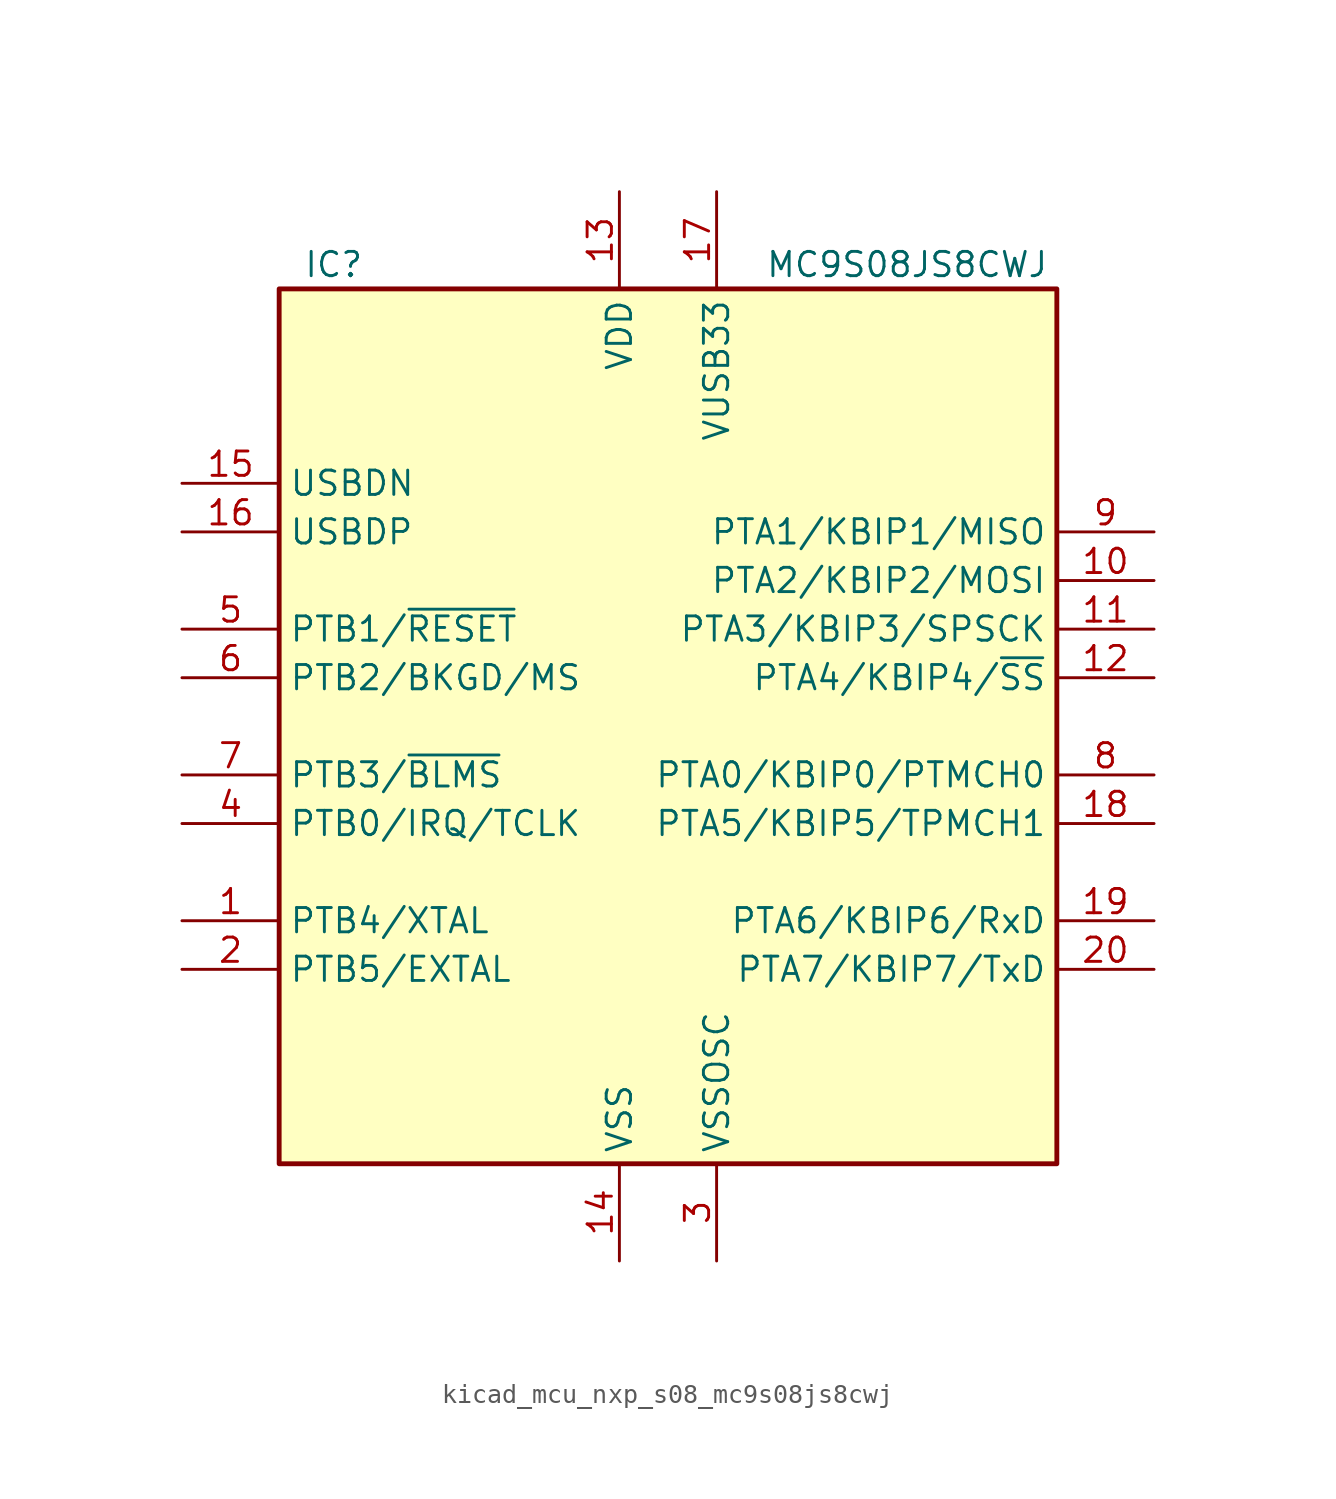
<source format=kicad_sym>
(kicad_symbol_lib
  (version 20220914)
  (generator kicad_symbol_editor)
  (symbol "kicad_mcu_nxp_s08_mc9s08js8cwj"
    (property "Reference" "IC"
      (at -19.05 24.13 0)
      (effects (font (size 1.27 1.27)) (justify left)))
    (property "Value" "MC9S08JS8CWJ"
      (at 5.08 24.13 0)
      (effects (font (size 1.27 1.27)) (justify left)))
    (symbol "kicad_mcu_nxp_s08_mc9s08js8cwj_0_1"
      (rectangle (start -20.32 22.86) (end 20.32 -22.86) (stroke (width 0.254) (type default)) (fill (type background))))
    (symbol "kicad_mcu_nxp_s08_mc9s08js8cwj_1_1"
      (pin bidirectional line (at -25.4 -10.16 0) (length 5.08) (name "PTB4/XTAL" (effects (font (size 1.27 1.27)))) (number "1" (effects (font (size 1.27 1.27)))))
      (pin bidirectional line (at 25.4 7.62 180) (length 5.08) (name "PTA2/KBIP2/MOSI" (effects (font (size 1.27 1.27)))) (number "10" (effects (font (size 1.27 1.27)))))
      (pin bidirectional line (at 25.4 5.08 180) (length 5.08) (name "PTA3/KBIP3/SPSCK" (effects (font (size 1.27 1.27)))) (number "11" (effects (font (size 1.27 1.27)))))
      (pin bidirectional line (at 25.4 2.54 180) (length 5.08) (name "PTA4/KBIP4/~{SS}" (effects (font (size 1.27 1.27)))) (number "12" (effects (font (size 1.27 1.27)))))
      (pin power_in line (at -2.54 27.94 270) (length 5.08) (name "VDD" (effects (font (size 1.27 1.27)))) (number "13" (effects (font (size 1.27 1.27)))))
      (pin power_in line (at -2.54 -27.94 90) (length 5.08) (name "VSS" (effects (font (size 1.27 1.27)))) (number "14" (effects (font (size 1.27 1.27)))))
      (pin bidirectional line (at -25.4 12.7 0) (length 5.08) (name "USBDN" (effects (font (size 1.27 1.27)))) (number "15" (effects (font (size 1.27 1.27)))))
      (pin bidirectional line (at -25.4 10.16 0) (length 5.08) (name "USBDP" (effects (font (size 1.27 1.27)))) (number "16" (effects (font (size 1.27 1.27)))))
      (pin power_out line (at 2.54 27.94 270) (length 5.08) (name "VUSB33" (effects (font (size 1.27 1.27)))) (number "17" (effects (font (size 1.27 1.27)))))
      (pin bidirectional line (at 25.4 -5.08 180) (length 5.08) (name "PTA5/KBIP5/TPMCH1" (effects (font (size 1.27 1.27)))) (number "18" (effects (font (size 1.27 1.27)))))
      (pin bidirectional line (at 25.4 -10.16 180) (length 5.08) (name "PTA6/KBIP6/RxD" (effects (font (size 1.27 1.27)))) (number "19" (effects (font (size 1.27 1.27)))))
      (pin bidirectional line (at -25.4 -12.7 0) (length 5.08) (name "PTB5/EXTAL" (effects (font (size 1.27 1.27)))) (number "2" (effects (font (size 1.27 1.27)))))
      (pin bidirectional line (at 25.4 -12.7 180) (length 5.08) (name "PTA7/KBIP7/TxD" (effects (font (size 1.27 1.27)))) (number "20" (effects (font (size 1.27 1.27)))))
      (pin power_in line (at 2.54 -27.94 90) (length 5.08) (name "VSSOSC" (effects (font (size 1.27 1.27)))) (number "3" (effects (font (size 1.27 1.27)))))
      (pin bidirectional line (at -25.4 -5.08 0) (length 5.08) (name "PTB0/IRQ/TCLK" (effects (font (size 1.27 1.27)))) (number "4" (effects (font (size 1.27 1.27)))))
      (pin bidirectional line (at -25.4 5.08 0) (length 5.08) (name "PTB1/~{RESET}" (effects (font (size 1.27 1.27)))) (number "5" (effects (font (size 1.27 1.27)))))
      (pin bidirectional line (at -25.4 2.54 0) (length 5.08) (name "PTB2/BKGD/MS" (effects (font (size 1.27 1.27)))) (number "6" (effects (font (size 1.27 1.27)))))
      (pin bidirectional line (at -25.4 -2.54 0) (length 5.08) (name "PTB3/~{BLMS}" (effects (font (size 1.27 1.27)))) (number "7" (effects (font (size 1.27 1.27)))))
      (pin bidirectional line (at 25.4 -2.54 180) (length 5.08) (name "PTA0/KBIP0/PTMCH0" (effects (font (size 1.27 1.27)))) (number "8" (effects (font (size 1.27 1.27)))))
      (pin bidirectional line (at 25.4 10.16 180) (length 5.08) (name "PTA1/KBIP1/MISO" (effects (font (size 1.27 1.27)))) (number "9" (effects (font (size 1.27 1.27))))))))
</source>
